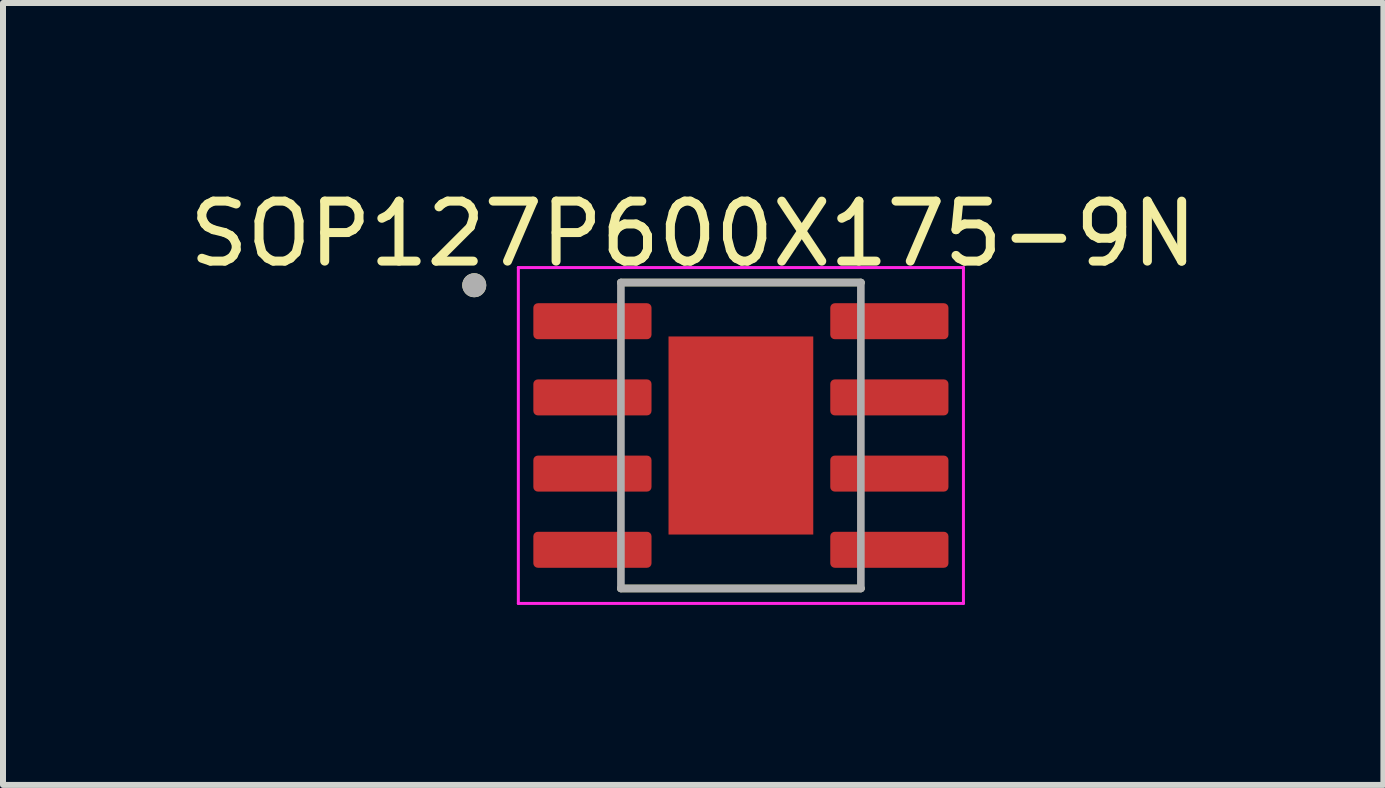
<source format=kicad_pcb>
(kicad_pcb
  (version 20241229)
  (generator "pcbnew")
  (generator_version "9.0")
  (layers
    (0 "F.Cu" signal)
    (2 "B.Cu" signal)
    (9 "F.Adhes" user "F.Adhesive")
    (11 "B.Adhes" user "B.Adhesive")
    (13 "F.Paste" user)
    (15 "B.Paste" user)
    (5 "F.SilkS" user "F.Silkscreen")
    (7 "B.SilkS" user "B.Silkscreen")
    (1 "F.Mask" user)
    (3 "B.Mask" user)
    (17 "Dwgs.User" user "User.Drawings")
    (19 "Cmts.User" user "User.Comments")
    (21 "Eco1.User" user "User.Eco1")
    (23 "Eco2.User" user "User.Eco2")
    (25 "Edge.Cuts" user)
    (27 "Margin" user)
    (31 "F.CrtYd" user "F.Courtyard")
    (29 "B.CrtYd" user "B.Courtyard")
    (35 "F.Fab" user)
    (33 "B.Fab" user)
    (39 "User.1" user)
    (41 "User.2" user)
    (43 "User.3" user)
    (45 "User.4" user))
  (footprint "SOP127P600X175-9N"
    (layer "F.Cu")
    (at 9.301 4.21)
    (property "Reference" "SOP127P600X175-9N" (at -0.795 -3.362 0) (layer "F.SilkS") (effects (font (size 1 1) (thickness 0.15))))
    (attr smd)
    (fp_line (start -2 -2.55) (end 2 -2.55) (stroke (width 0.127) (type solid)) (layer "F.SilkS"))
    (fp_line (start -2 2.55) (end 2 2.55) (stroke (width 0.127) (type solid)) (layer "F.SilkS"))
    (fp_circle (center -4.445 -2.505) (end -4.345 -2.505) (stroke (width 0.2) (type solid)) (fill no) (layer "F.SilkS"))
    (fp_poly (pts (xy -0.645 -0.82) (xy 0.645 -0.82) (xy 0.645 0.82) (xy -0.645 0.82)) (stroke (width 0.01) (type solid)) (fill yes) (layer "F.Paste"))
    (fp_line (start -3.71 -2.8) (end -3.71 2.8) (stroke (width 0.05) (type solid)) (layer "F.CrtYd"))
    (fp_line (start -3.71 -2.8) (end 3.71 -2.8) (stroke (width 0.05) (type solid)) (layer "F.CrtYd"))
    (fp_line (start -3.71 2.8) (end 3.71 2.8) (stroke (width 0.05) (type solid)) (layer "F.CrtYd"))
    (fp_line (start 3.71 -2.8) (end 3.71 2.8) (stroke (width 0.05) (type solid)) (layer "F.CrtYd"))
    (fp_line (start -2 -2.55) (end -2 2.55) (stroke (width 0.127) (type solid)) (layer "F.Fab"))
    (fp_line (start -2 -2.55) (end 2 -2.55) (stroke (width 0.127) (type solid)) (layer "F.Fab"))
    (fp_line (start -2 2.55) (end 2 2.55) (stroke (width 0.127) (type solid)) (layer "F.Fab"))
    (fp_line (start 2 -2.55) (end 2 2.55) (stroke (width 0.127) (type solid)) (layer "F.Fab"))
    (fp_circle (center -4.445 -2.505) (end -4.345 -2.505) (stroke (width 0.2) (type solid)) (fill no) (layer "F.Fab"))
    (pad "1" smd roundrect (at -2.475 -1.905) (size 1.97 0.6) (layers "F.Cu" "F.Mask" "F.Paste") (roundrect_rratio 0.125))
    (pad "2" smd roundrect (at -2.475 -0.635) (size 1.97 0.6) (layers "F.Cu" "F.Mask" "F.Paste") (roundrect_rratio 0.125))
    (pad "3" smd roundrect (at -2.475 0.635) (size 1.97 0.6) (layers "F.Cu" "F.Mask" "F.Paste") (roundrect_rratio 0.125))
    (pad "4" smd roundrect (at -2.475 1.905) (size 1.97 0.6) (layers "F.Cu" "F.Mask" "F.Paste") (roundrect_rratio 0.125))
    (pad "5" smd roundrect (at 2.475 1.905) (size 1.97 0.6) (layers "F.Cu" "F.Mask" "F.Paste") (roundrect_rratio 0.125))
    (pad "6" smd roundrect (at 2.475 0.635) (size 1.97 0.6) (layers "F.Cu" "F.Mask" "F.Paste") (roundrect_rratio 0.125))
    (pad "7" smd roundrect (at 2.475 -0.635) (size 1.97 0.6) (layers "F.Cu" "F.Mask" "F.Paste") (roundrect_rratio 0.125))
    (pad "8" smd roundrect (at 2.475 -1.905) (size 1.97 0.6) (layers "F.Cu" "F.Mask" "F.Paste") (roundrect_rratio 0.125))
    (pad "9" smd rect (at 0 0) (size 2.413 3.302) (layers "F.Cu" "F.Mask")))
  (gr_rect
    (start -3 -3)
    (end 20.012 10.035)
    (stroke (width 0.1) (type default))
    (fill no)
    (layer "Edge.Cuts")))
</source>
